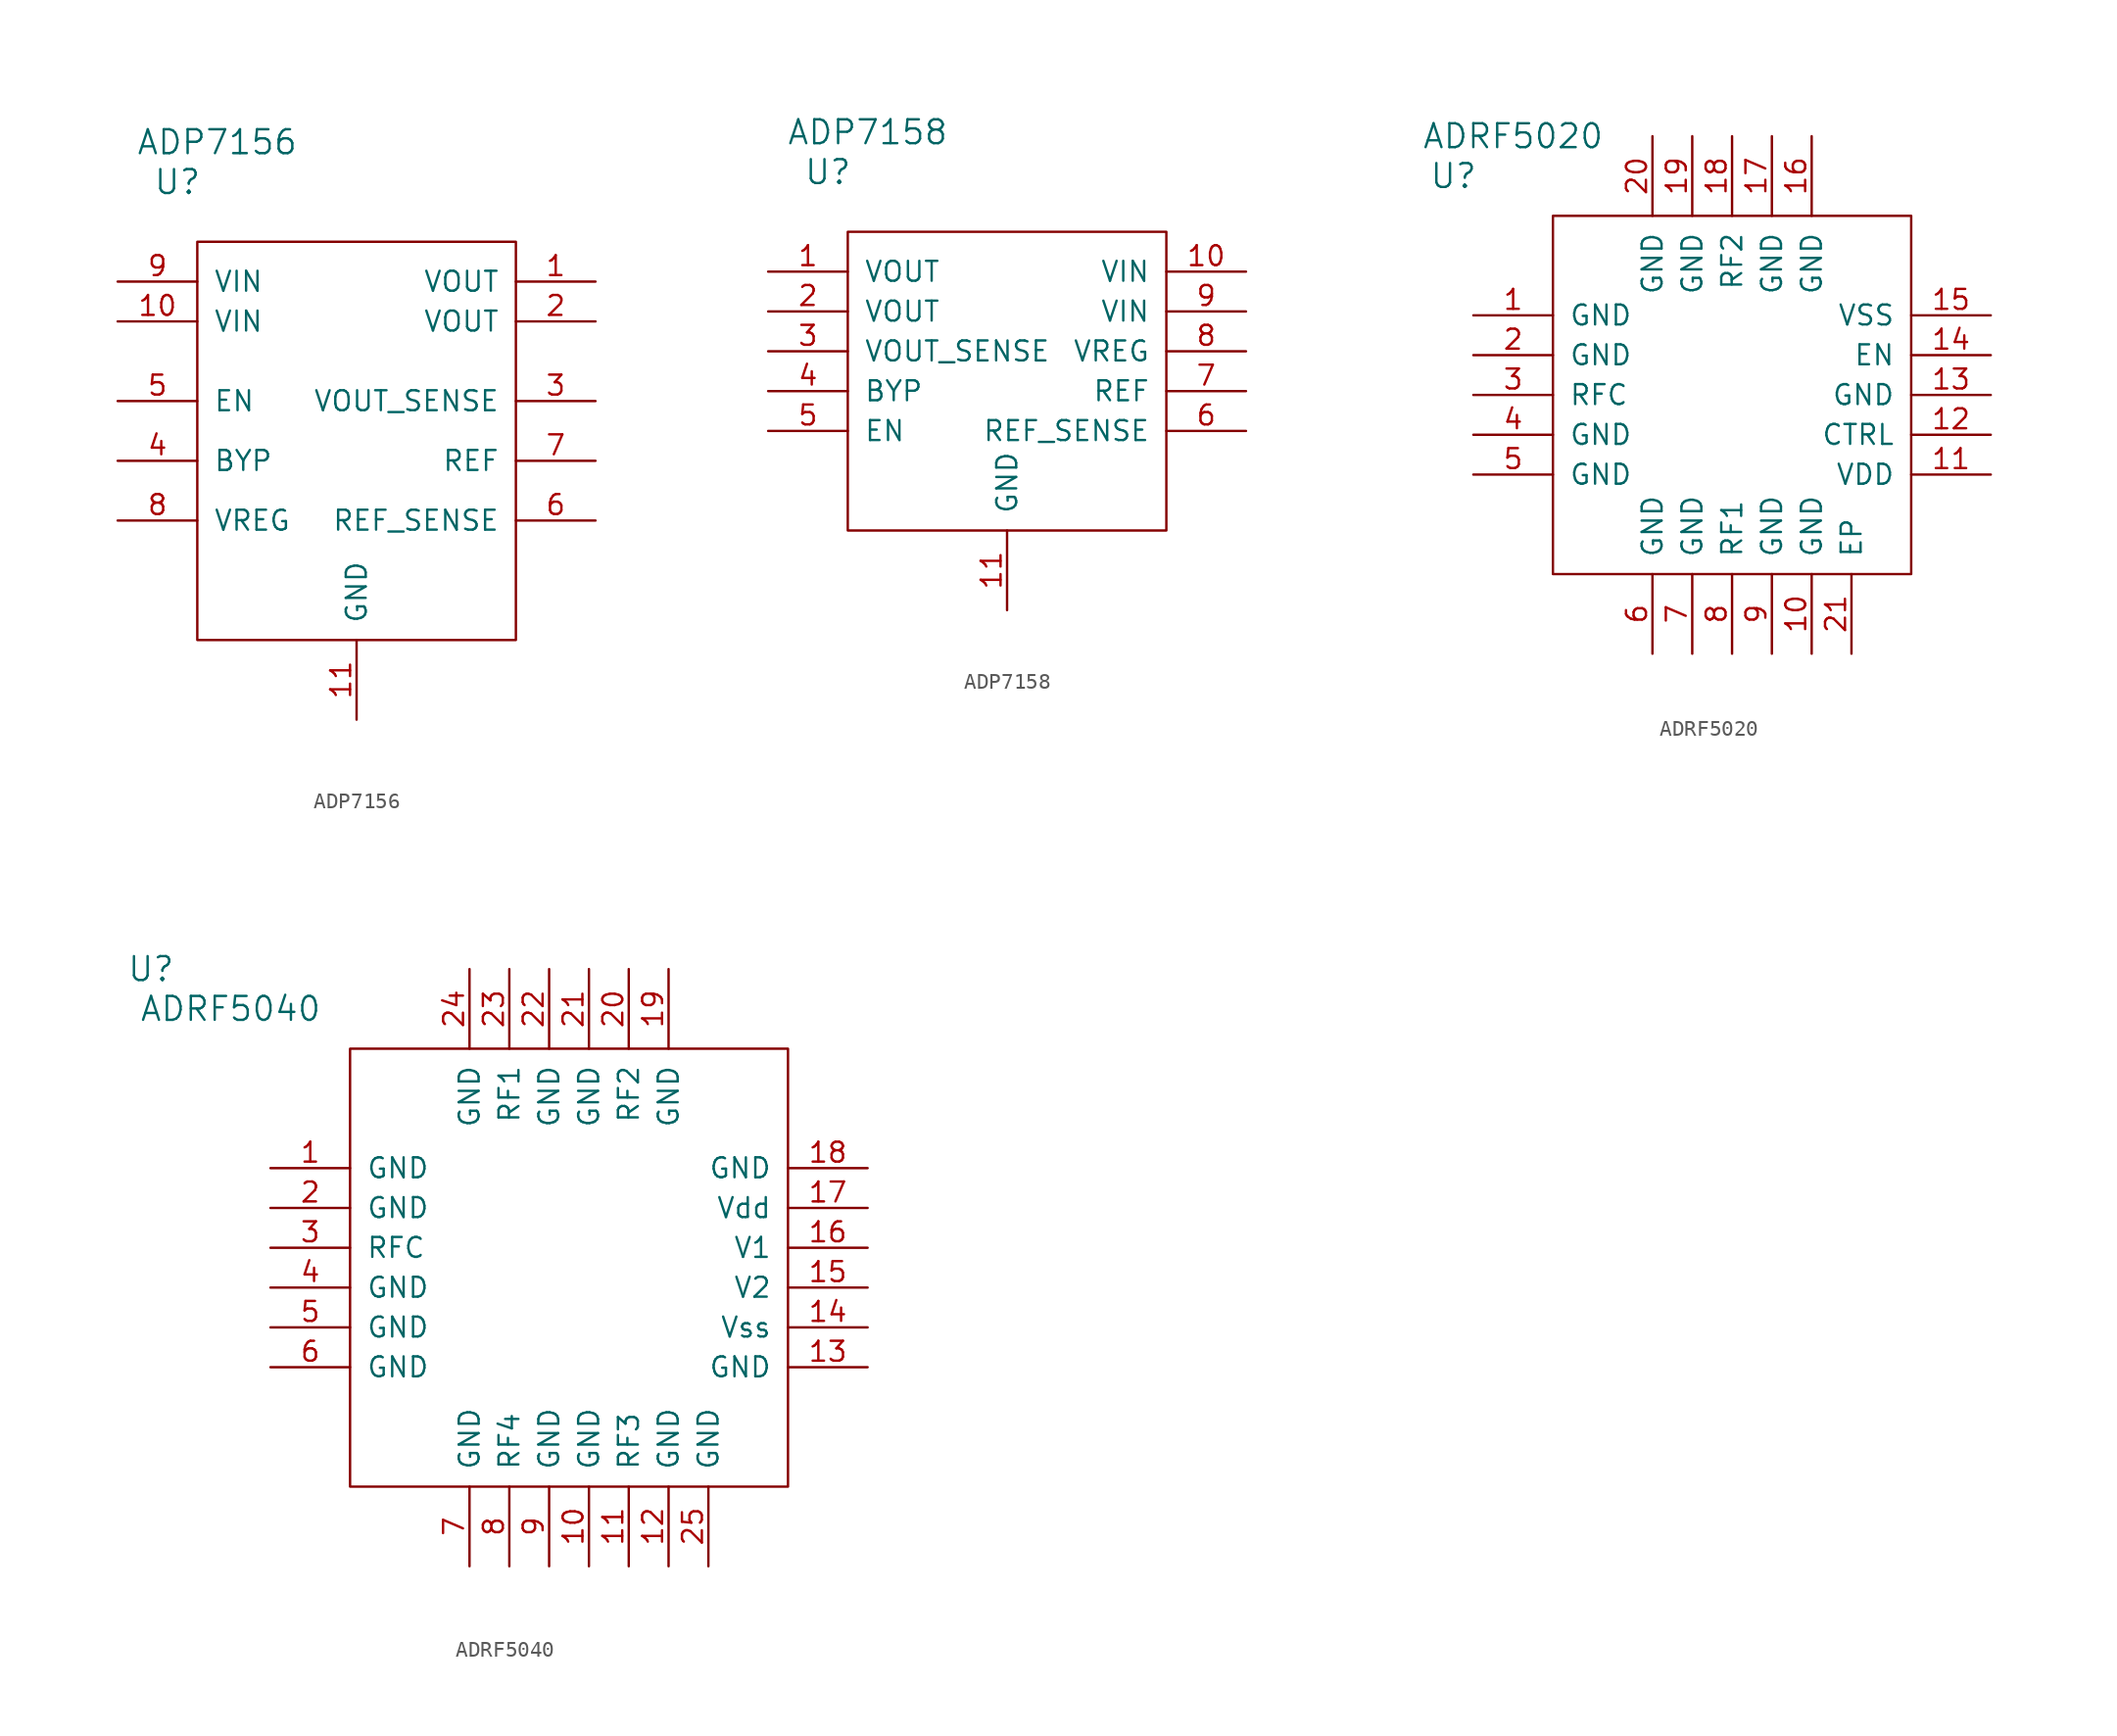
<source format=kicad_sym>
(kicad_symbol_lib
  (version 20201005)
  (generator kicad_symbol_editor)
  (symbol "vna_mm:ADP7156"
    (pin_names
      (offset 1.016))
    (property "Reference" "U"
      (at -11.43 11.43 0)
      (effects (font (size 1.524 1.524))))
    (property "Value" "ADP7156"
      (at -8.89 13.97 0)
      (effects (font (size 1.524 1.524))))
    (symbol "ADP7156_0_1"
      (rectangle (start -10.16 7.62) (end 10.16 -17.78) (stroke (width 0)) (fill (type none))))
    (symbol "ADP7156_1_1"
      (pin power_out line (at 15.24 5.08 180) (length 5.08) (name "VOUT" (effects (font (size 1.27 1.27)))) (number "1" (effects (font (size 1.27 1.27)))))
      (pin power_in line (at -15.24 2.54 0) (length 5.08) (name "VIN" (effects (font (size 1.27 1.27)))) (number "10" (effects (font (size 1.27 1.27)))))
      (pin power_in line (at 0 -22.86 90) (length 5.08) (name "GND" (effects (font (size 1.27 1.27)))) (number "11" (effects (font (size 1.27 1.27)))))
      (pin power_out line (at 15.24 2.54 180) (length 5.08) (name "VOUT" (effects (font (size 1.27 1.27)))) (number "2" (effects (font (size 1.27 1.27)))))
      (pin input line (at 15.24 -2.54 180) (length 5.08) (name "VOUT_SENSE" (effects (font (size 1.27 1.27)))) (number "3" (effects (font (size 1.27 1.27)))))
      (pin output line (at -15.24 -6.35 0) (length 5.08) (name "BYP" (effects (font (size 1.27 1.27)))) (number "4" (effects (font (size 1.27 1.27)))))
      (pin input line (at -15.24 -2.54 0) (length 5.08) (name "EN" (effects (font (size 1.27 1.27)))) (number "5" (effects (font (size 1.27 1.27)))))
      (pin input line (at 15.24 -10.16 180) (length 5.08) (name "REF_SENSE" (effects (font (size 1.27 1.27)))) (number "6" (effects (font (size 1.27 1.27)))))
      (pin input line (at 15.24 -6.35 180) (length 5.08) (name "REF" (effects (font (size 1.27 1.27)))) (number "7" (effects (font (size 1.27 1.27)))))
      (pin input line (at -15.24 -10.16 0) (length 5.08) (name "VREG" (effects (font (size 1.27 1.27)))) (number "8" (effects (font (size 1.27 1.27)))))
      (pin power_in line (at -15.24 5.08 0) (length 5.08) (name "VIN" (effects (font (size 1.27 1.27)))) (number "9" (effects (font (size 1.27 1.27)))))))
  (symbol "vna_mm:ADP7158"
    (pin_names
      (offset 1.016))
    (property "Reference" "U"
      (at -11.43 11.43 0)
      (effects (font (size 1.524 1.524))))
    (property "Value" "ADP7158"
      (at -8.89 13.97 0)
      (effects (font (size 1.524 1.524))))
    (symbol "ADP7158_0_1"
      (rectangle (start -10.16 7.62) (end 10.16 -11.43) (stroke (width 0)) (fill (type none))))
    (symbol "ADP7158_1_1"
      (pin power_out line (at -15.24 5.08 0) (length 5.08) (name "VOUT" (effects (font (size 1.27 1.27)))) (number "1" (effects (font (size 1.27 1.27)))))
      (pin power_in line (at 15.24 5.08 180) (length 5.08) (name "VIN" (effects (font (size 1.27 1.27)))) (number "10" (effects (font (size 1.27 1.27)))))
      (pin power_in line (at 0 -16.51 90) (length 5.08) (name "GND" (effects (font (size 1.27 1.27)))) (number "11" (effects (font (size 1.27 1.27)))))
      (pin power_out line (at -15.24 2.54 0) (length 5.08) (name "VOUT" (effects (font (size 1.27 1.27)))) (number "2" (effects (font (size 1.27 1.27)))))
      (pin input line (at -15.24 0 0) (length 5.08) (name "VOUT_SENSE" (effects (font (size 1.27 1.27)))) (number "3" (effects (font (size 1.27 1.27)))))
      (pin output line (at -15.24 -2.54 0) (length 5.08) (name "BYP" (effects (font (size 1.27 1.27)))) (number "4" (effects (font (size 1.27 1.27)))))
      (pin input line (at -15.24 -5.08 0) (length 5.08) (name "EN" (effects (font (size 1.27 1.27)))) (number "5" (effects (font (size 1.27 1.27)))))
      (pin input line (at 15.24 -5.08 180) (length 5.08) (name "REF_SENSE" (effects (font (size 1.27 1.27)))) (number "6" (effects (font (size 1.27 1.27)))))
      (pin input line (at 15.24 -2.54 180) (length 5.08) (name "REF" (effects (font (size 1.27 1.27)))) (number "7" (effects (font (size 1.27 1.27)))))
      (pin input line (at 15.24 0 180) (length 5.08) (name "VREG" (effects (font (size 1.27 1.27)))) (number "8" (effects (font (size 1.27 1.27)))))
      (pin power_in line (at 15.24 2.54 180) (length 5.08) (name "VIN" (effects (font (size 1.27 1.27)))) (number "9" (effects (font (size 1.27 1.27)))))))
  (symbol "vna_mm:ADRF5020"
    (pin_names
      (offset 1.016))
    (property "Reference" "U"
      (at -17.78 13.97 0)
      (effects (font (size 1.524 1.524))))
    (property "Value" "ADRF5020"
      (at -13.97 16.51 0)
      (effects (font (size 1.524 1.524))))
    (symbol "ADRF5020_0_1"
      (rectangle (start -11.43 11.43) (end 11.43 -11.43) (stroke (width 0)) (fill (type none))))
    (symbol "ADRF5020_1_1"
      (pin power_in line (at -16.51 5.08 0) (length 5.08) (name "GND" (effects (font (size 1.27 1.27)))) (number "1" (effects (font (size 1.27 1.27)))))
      (pin power_in line (at 5.08 -16.51 90) (length 5.08) (name "GND" (effects (font (size 1.27 1.27)))) (number "10" (effects (font (size 1.27 1.27)))))
      (pin power_in line (at 16.51 -5.08 180) (length 5.08) (name "VDD" (effects (font (size 1.27 1.27)))) (number "11" (effects (font (size 1.27 1.27)))))
      (pin input line (at 16.51 -2.54 180) (length 5.08) (name "CTRL" (effects (font (size 1.27 1.27)))) (number "12" (effects (font (size 1.27 1.27)))))
      (pin power_in line (at 16.51 0 180) (length 5.08) (name "GND" (effects (font (size 1.27 1.27)))) (number "13" (effects (font (size 1.27 1.27)))))
      (pin input line (at 16.51 2.54 180) (length 5.08) (name "EN" (effects (font (size 1.27 1.27)))) (number "14" (effects (font (size 1.27 1.27)))))
      (pin power_in line (at 16.51 5.08 180) (length 5.08) (name "VSS" (effects (font (size 1.27 1.27)))) (number "15" (effects (font (size 1.27 1.27)))))
      (pin power_in line (at 5.08 16.51 270) (length 5.08) (name "GND" (effects (font (size 1.27 1.27)))) (number "16" (effects (font (size 1.27 1.27)))))
      (pin power_in line (at 2.54 16.51 270) (length 5.08) (name "GND" (effects (font (size 1.27 1.27)))) (number "17" (effects (font (size 1.27 1.27)))))
      (pin bidirectional line (at 0 16.51 270) (length 5.08) (name "RF2" (effects (font (size 1.27 1.27)))) (number "18" (effects (font (size 1.27 1.27)))))
      (pin power_in line (at -2.54 16.51 270) (length 5.08) (name "GND" (effects (font (size 1.27 1.27)))) (number "19" (effects (font (size 1.27 1.27)))))
      (pin power_in line (at -16.51 2.54 0) (length 5.08) (name "GND" (effects (font (size 1.27 1.27)))) (number "2" (effects (font (size 1.27 1.27)))))
      (pin power_in line (at -5.08 16.51 270) (length 5.08) (name "GND" (effects (font (size 1.27 1.27)))) (number "20" (effects (font (size 1.27 1.27)))))
      (pin power_in line (at 7.62 -16.51 90) (length 5.08) (name "EP" (effects (font (size 1.27 1.27)))) (number "21" (effects (font (size 1.27 1.27)))))
      (pin bidirectional line (at -16.51 0 0) (length 5.08) (name "RFC" (effects (font (size 1.27 1.27)))) (number "3" (effects (font (size 1.27 1.27)))))
      (pin power_in line (at -16.51 -2.54 0) (length 5.08) (name "GND" (effects (font (size 1.27 1.27)))) (number "4" (effects (font (size 1.27 1.27)))))
      (pin power_in line (at -16.51 -5.08 0) (length 5.08) (name "GND" (effects (font (size 1.27 1.27)))) (number "5" (effects (font (size 1.27 1.27)))))
      (pin power_in line (at -5.08 -16.51 90) (length 5.08) (name "GND" (effects (font (size 1.27 1.27)))) (number "6" (effects (font (size 1.27 1.27)))))
      (pin power_in line (at -2.54 -16.51 90) (length 5.08) (name "GND" (effects (font (size 1.27 1.27)))) (number "7" (effects (font (size 1.27 1.27)))))
      (pin bidirectional line (at 0 -16.51 90) (length 5.08) (name "RF1" (effects (font (size 1.27 1.27)))) (number "8" (effects (font (size 1.27 1.27)))))
      (pin power_in line (at 2.54 -16.51 90) (length 5.08) (name "GND" (effects (font (size 1.27 1.27)))) (number "9" (effects (font (size 1.27 1.27)))))))
  (symbol "vna_mm:ADRF5040"
    (pin_names
      (offset 1.016))
    (property "Reference" "U"
      (at -26.67 19.05 0)
      (effects (font (size 1.524 1.524))))
    (property "Value" "ADRF5040"
      (at -21.59 16.51 0)
      (effects (font (size 1.524 1.524))))
    (symbol "ADRF5040_0_1"
      (rectangle (start -13.97 13.97) (end 13.97 -13.97) (stroke (width 0)) (fill (type none))))
    (symbol "ADRF5040_1_1"
      (pin power_in line (at -19.05 6.35 0) (length 5.08) (name "GND" (effects (font (size 1.27 1.27)))) (number "1" (effects (font (size 1.27 1.27)))))
      (pin power_in line (at 1.27 -19.05 90) (length 5.08) (name "GND" (effects (font (size 1.27 1.27)))) (number "10" (effects (font (size 1.27 1.27)))))
      (pin bidirectional line (at 3.81 -19.05 90) (length 5.08) (name "RF3" (effects (font (size 1.27 1.27)))) (number "11" (effects (font (size 1.27 1.27)))))
      (pin power_in line (at 6.35 -19.05 90) (length 5.08) (name "GND" (effects (font (size 1.27 1.27)))) (number "12" (effects (font (size 1.27 1.27)))))
      (pin power_in line (at 19.05 -6.35 180) (length 5.08) (name "GND" (effects (font (size 1.27 1.27)))) (number "13" (effects (font (size 1.27 1.27)))))
      (pin power_in line (at 19.05 -3.81 180) (length 5.08) (name "Vss" (effects (font (size 1.27 1.27)))) (number "14" (effects (font (size 1.27 1.27)))))
      (pin input line (at 19.05 -1.27 180) (length 5.08) (name "V2" (effects (font (size 1.27 1.27)))) (number "15" (effects (font (size 1.27 1.27)))))
      (pin input line (at 19.05 1.27 180) (length 5.08) (name "V1" (effects (font (size 1.27 1.27)))) (number "16" (effects (font (size 1.27 1.27)))))
      (pin power_in line (at 19.05 3.81 180) (length 5.08) (name "Vdd" (effects (font (size 1.27 1.27)))) (number "17" (effects (font (size 1.27 1.27)))))
      (pin power_in line (at 19.05 6.35 180) (length 5.08) (name "GND" (effects (font (size 1.27 1.27)))) (number "18" (effects (font (size 1.27 1.27)))))
      (pin power_in line (at 6.35 19.05 270) (length 5.08) (name "GND" (effects (font (size 1.27 1.27)))) (number "19" (effects (font (size 1.27 1.27)))))
      (pin power_in line (at -19.05 3.81 0) (length 5.08) (name "GND" (effects (font (size 1.27 1.27)))) (number "2" (effects (font (size 1.27 1.27)))))
      (pin bidirectional line (at 3.81 19.05 270) (length 5.08) (name "RF2" (effects (font (size 1.27 1.27)))) (number "20" (effects (font (size 1.27 1.27)))))
      (pin power_in line (at 1.27 19.05 270) (length 5.08) (name "GND" (effects (font (size 1.27 1.27)))) (number "21" (effects (font (size 1.27 1.27)))))
      (pin power_in line (at -1.27 19.05 270) (length 5.08) (name "GND" (effects (font (size 1.27 1.27)))) (number "22" (effects (font (size 1.27 1.27)))))
      (pin bidirectional line (at -3.81 19.05 270) (length 5.08) (name "RF1" (effects (font (size 1.27 1.27)))) (number "23" (effects (font (size 1.27 1.27)))))
      (pin power_in line (at -6.35 19.05 270) (length 5.08) (name "GND" (effects (font (size 1.27 1.27)))) (number "24" (effects (font (size 1.27 1.27)))))
      (pin power_in line (at 8.89 -19.05 90) (length 5.08) (name "GND" (effects (font (size 1.27 1.27)))) (number "25" (effects (font (size 1.27 1.27)))))
      (pin bidirectional line (at -19.05 1.27 0) (length 5.08) (name "RFC" (effects (font (size 1.27 1.27)))) (number "3" (effects (font (size 1.27 1.27)))))
      (pin power_in line (at -19.05 -1.27 0) (length 5.08) (name "GND" (effects (font (size 1.27 1.27)))) (number "4" (effects (font (size 1.27 1.27)))))
      (pin power_in line (at -19.05 -3.81 0) (length 5.08) (name "GND" (effects (font (size 1.27 1.27)))) (number "5" (effects (font (size 1.27 1.27)))))
      (pin power_in line (at -19.05 -6.35 0) (length 5.08) (name "GND" (effects (font (size 1.27 1.27)))) (number "6" (effects (font (size 1.27 1.27)))))
      (pin power_in line (at -6.35 -19.05 90) (length 5.08) (name "GND" (effects (font (size 1.27 1.27)))) (number "7" (effects (font (size 1.27 1.27)))))
      (pin bidirectional line (at -3.81 -19.05 90) (length 5.08) (name "RF4" (effects (font (size 1.27 1.27)))) (number "8" (effects (font (size 1.27 1.27)))))
      (pin power_in line (at -1.27 -19.05 90) (length 5.08) (name "GND" (effects (font (size 1.27 1.27)))) (number "9" (effects (font (size 1.27 1.27))))))))
</source>
